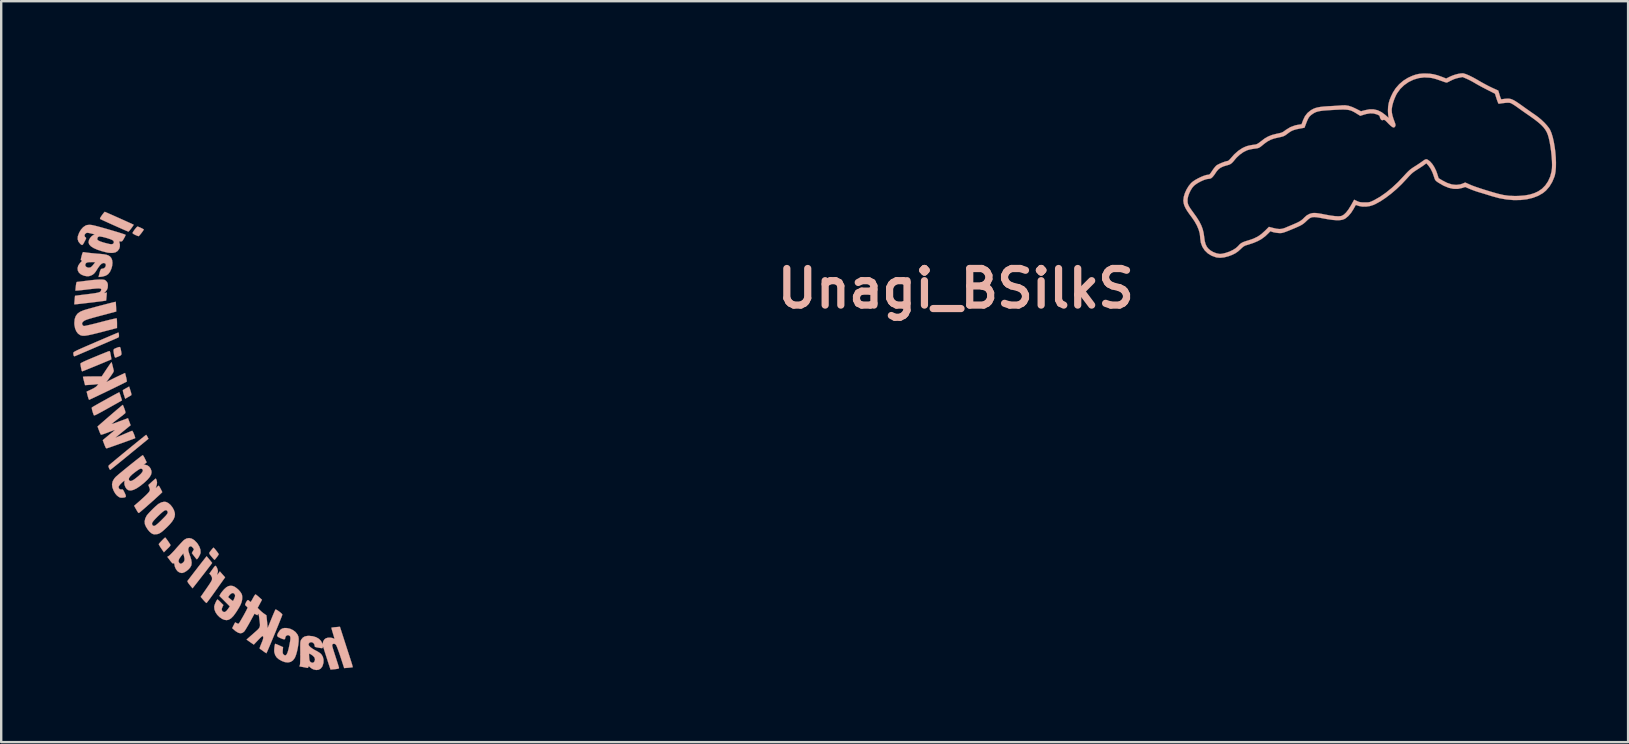
<source format=kicad_pcb>
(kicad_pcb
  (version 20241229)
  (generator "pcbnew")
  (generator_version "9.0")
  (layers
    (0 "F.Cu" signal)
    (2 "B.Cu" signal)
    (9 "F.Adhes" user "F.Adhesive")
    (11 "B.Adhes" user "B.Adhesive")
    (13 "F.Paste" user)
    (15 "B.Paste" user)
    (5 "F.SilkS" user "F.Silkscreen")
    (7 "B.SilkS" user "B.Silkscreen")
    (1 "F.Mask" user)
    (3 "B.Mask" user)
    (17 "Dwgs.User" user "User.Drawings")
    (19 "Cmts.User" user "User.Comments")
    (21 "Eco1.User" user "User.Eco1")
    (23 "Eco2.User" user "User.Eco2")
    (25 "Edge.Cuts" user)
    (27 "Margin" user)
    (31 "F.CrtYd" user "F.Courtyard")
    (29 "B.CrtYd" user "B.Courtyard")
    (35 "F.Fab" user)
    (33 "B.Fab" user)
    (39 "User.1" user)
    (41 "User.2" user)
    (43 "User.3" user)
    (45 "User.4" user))
  (footprint "Unagi_BSilkS"
    (layer "F.Cu")
    (at 36.771 8.971)
    (property "Reference" "Unagi_BSilkS" (at 0 0 0) (layer "B.SilkS") (effects (font (size 1.524 1.524) (thickness 0.3))))
    (attr through_hole)
    (fp_poly (pts (xy -34.386 4.257) (xy -34.359 4.346) (xy -34.347 4.403) (xy -34.348 4.435) (xy -34.358 4.448) (xy -34.39 4.467) (xy -34.446 4.5) (xy -34.495 4.528) (xy -34.604 4.592) (xy -34.661 4.421) (xy -34.685 4.342) (xy -34.699 4.278) (xy -34.702 4.239) (xy -34.7 4.234) (xy -34.673 4.215) (xy -34.621 4.184) (xy -34.561 4.15) (xy -34.441 4.083) (xy -34.386 4.257)) (stroke (width 0.01) (type solid)) (fill yes) (layer "B.SilkS"))
    (fp_poly (pts (xy -34.82 2.443) (xy -34.802 2.478) (xy -34.788 2.542) (xy -34.784 2.561) (xy -34.767 2.655) (xy -34.76 2.718) (xy -34.768 2.758) (xy -34.793 2.786) (xy -34.839 2.81) (xy -34.875 2.826) (xy -34.942 2.854) (xy -34.995 2.873) (xy -35.019 2.879) (xy -35.036 2.859) (xy -35.055 2.808) (xy -35.07 2.744) (xy -35.086 2.647) (xy -35.092 2.583) (xy -35.085 2.542) (xy -35.06 2.515) (xy -35.015 2.493) (xy -34.983 2.48) (xy -34.901 2.448) (xy -34.85 2.435) (xy -34.82 2.443)) (stroke (width 0.01) (type solid)) (fill yes) (layer "B.SilkS"))
    (fp_poly (pts (xy -32.92 10.39) (xy -32.884 10.436) (xy -32.834 10.505) (xy -32.777 10.589) (xy -32.738 10.648) (xy -32.723 10.674) (xy -32.72 10.696) (xy -32.732 10.723) (xy -32.765 10.762) (xy -32.822 10.82) (xy -32.848 10.845) (xy -32.992 10.988) (xy -33.103 10.828) (xy -33.151 10.755) (xy -33.187 10.695) (xy -33.205 10.657) (xy -33.207 10.648) (xy -33.189 10.623) (xy -33.151 10.579) (xy -33.1 10.525) (xy -33.045 10.468) (xy -32.994 10.418) (xy -32.956 10.384) (xy -32.939 10.372) (xy -32.92 10.39)) (stroke (width 0.01) (type solid)) (fill yes) (layer "B.SilkS"))
    (fp_poly (pts (xy -34.062 -2.574) (xy -34.01 -2.554) (xy -33.948 -2.526) (xy -33.89 -2.497) (xy -33.846 -2.473) (xy -33.829 -2.458) (xy -33.829 -2.457) (xy -33.852 -2.419) (xy -33.89 -2.364) (xy -33.936 -2.303) (xy -33.982 -2.246) (xy -34.02 -2.202) (xy -34.043 -2.182) (xy -34.045 -2.181) (xy -34.076 -2.189) (xy -34.131 -2.21) (xy -34.184 -2.233) (xy -34.249 -2.266) (xy -34.29 -2.297) (xy -34.298 -2.314) (xy -34.285 -2.346) (xy -34.252 -2.397) (xy -34.21 -2.457) (xy -34.164 -2.515) (xy -34.124 -2.56) (xy -34.097 -2.582) (xy -34.094 -2.582) (xy -34.062 -2.574)) (stroke (width 0.01) (type solid)) (fill yes) (layer "B.SilkS"))
    (fp_poly (pts (xy -30.906 10.811) (xy -30.869 10.851) (xy -30.823 10.906) (xy -30.776 10.966) (xy -30.737 11.021) (xy -30.712 11.06) (xy -30.708 11.073) (xy -30.724 11.102) (xy -30.756 11.149) (xy -30.797 11.204) (xy -30.837 11.255) (xy -30.869 11.292) (xy -30.883 11.303) (xy -30.903 11.288) (xy -30.94 11.249) (xy -30.98 11.202) (xy -31.043 11.126) (xy -31.083 11.074) (xy -31.1 11.038) (xy -31.098 11.006) (xy -31.077 10.971) (xy -31.039 10.922) (xy -31.03 10.911) (xy -30.984 10.854) (xy -30.947 10.812) (xy -30.928 10.795) (xy -30.927 10.795) (xy -30.906 10.811)) (stroke (width 0.01) (type solid)) (fill yes) (layer "B.SilkS"))
    (fp_poly (pts (xy -33.715 6.113) (xy -33.689 6.156) (xy -33.678 6.178) (xy -33.636 6.26) (xy -34.427 6.908) (xy -34.584 7.037) (xy -34.732 7.158) (xy -34.867 7.267) (xy -34.985 7.363) (xy -35.084 7.442) (xy -35.16 7.503) (xy -35.21 7.542) (xy -35.23 7.556) (xy -35.23 7.556) (xy -35.247 7.539) (xy -35.272 7.497) (xy -35.279 7.481) (xy -35.301 7.415) (xy -35.295 7.377) (xy -35.275 7.358) (xy -35.226 7.316) (xy -35.153 7.254) (xy -35.059 7.176) (xy -34.949 7.084) (xy -34.825 6.982) (xy -34.693 6.873) (xy -34.555 6.76) (xy -34.416 6.646) (xy -34.28 6.535) (xy -34.151 6.43) (xy -34.032 6.333) (xy -33.927 6.249) (xy -33.841 6.18) (xy -33.778 6.13) (xy -33.74 6.101) (xy -33.732 6.096) (xy -33.715 6.113)) (stroke (width 0.01) (type solid)) (fill yes) (layer "B.SilkS"))
    (fp_poly (pts (xy -34.841 4.344) (xy -34.822 4.397) (xy -34.798 4.47) (xy -34.791 4.494) (xy -34.738 4.658) (xy -34.784 4.687) (xy -34.814 4.704) (xy -34.876 4.739) (xy -34.964 4.789) (xy -35.074 4.85) (xy -35.2 4.921) (xy -35.338 4.998) (xy -35.365 5.013) (xy -35.52 5.099) (xy -35.642 5.166) (xy -35.735 5.216) (xy -35.803 5.251) (xy -35.851 5.273) (xy -35.882 5.283) (xy -35.901 5.283) (xy -35.912 5.276) (xy -35.918 5.264) (xy -35.955 5.158) (xy -35.982 5.067) (xy -35.996 4.998) (xy -35.995 4.959) (xy -35.993 4.955) (xy -35.968 4.939) (xy -35.913 4.906) (xy -35.833 4.86) (xy -35.733 4.803) (xy -35.619 4.739) (xy -35.496 4.671) (xy -35.371 4.601) (xy -35.247 4.533) (xy -35.131 4.469) (xy -35.028 4.413) (xy -34.944 4.368) (xy -34.884 4.337) (xy -34.853 4.323) (xy -34.85 4.322) (xy -34.841 4.344)) (stroke (width 0.01) (type solid)) (fill yes) (layer "B.SilkS"))
    (fp_poly (pts (xy -31.198 11.17) (xy -31.163 11.211) (xy -31.114 11.269) (xy -31.094 11.294) (xy -30.982 11.432) (xy -31.031 11.5) (xy -31.064 11.544) (xy -31.115 11.611) (xy -31.181 11.696) (xy -31.257 11.796) (xy -31.341 11.904) (xy -31.428 12.016) (xy -31.514 12.126) (xy -31.595 12.23) (xy -31.668 12.323) (xy -31.728 12.4) (xy -31.772 12.455) (xy -31.795 12.484) (xy -31.798 12.487) (xy -31.813 12.471) (xy -31.848 12.43) (xy -31.896 12.372) (xy -31.915 12.349) (xy -31.973 12.274) (xy -32.006 12.218) (xy -32.012 12.187) (xy -32.012 12.187) (xy -31.995 12.163) (xy -31.956 12.112) (xy -31.9 12.038) (xy -31.83 11.948) (xy -31.751 11.844) (xy -31.665 11.733) (xy -31.577 11.619) (xy -31.49 11.507) (xy -31.409 11.403) (xy -31.337 11.311) (xy -31.278 11.236) (xy -31.236 11.183) (xy -31.214 11.157) (xy -31.212 11.155) (xy -31.198 11.17)) (stroke (width 0.01) (type solid)) (fill yes) (layer "B.SilkS"))
    (fp_poly (pts (xy -35.435 -3.188) (xy -35.38 -3.165) (xy -35.299 -3.129) (xy -35.196 -3.084) (xy -35.078 -3.032) (xy -34.949 -2.974) (xy -34.817 -2.915) (xy -34.686 -2.857) (xy -34.563 -2.801) (xy -34.453 -2.751) (xy -34.361 -2.71) (xy -34.295 -2.679) (xy -34.258 -2.661) (xy -34.253 -2.659) (xy -34.261 -2.639) (xy -34.288 -2.596) (xy -34.328 -2.54) (xy -34.373 -2.48) (xy -34.417 -2.425) (xy -34.451 -2.386) (xy -34.47 -2.371) (xy -34.494 -2.38) (xy -34.552 -2.403) (xy -34.638 -2.44) (xy -34.747 -2.488) (xy -34.875 -2.545) (xy -35.016 -2.608) (xy -35.052 -2.624) (xy -35.197 -2.689) (xy -35.329 -2.749) (xy -35.445 -2.802) (xy -35.539 -2.845) (xy -35.606 -2.876) (xy -35.64 -2.893) (xy -35.643 -2.895) (xy -35.654 -2.911) (xy -35.647 -2.94) (xy -35.618 -2.989) (xy -35.573 -3.055) (xy -35.524 -3.12) (xy -35.485 -3.169) (xy -35.46 -3.195) (xy -35.457 -3.196) (xy -35.435 -3.188)) (stroke (width 0.01) (type solid)) (fill yes) (layer "B.SilkS"))
    (fp_poly (pts (xy -35.244 2.621) (xy -35.233 2.651) (xy -35.212 2.755) (xy -35.195 2.844) (xy -35.185 2.911) (xy -35.181 2.947) (xy -35.182 2.951) (xy -35.204 2.961) (xy -35.259 2.985) (xy -35.342 3.02) (xy -35.445 3.063) (xy -35.565 3.113) (xy -35.695 3.167) (xy -35.828 3.222) (xy -35.96 3.276) (xy -36.085 3.327) (xy -36.196 3.372) (xy -36.287 3.409) (xy -36.354 3.435) (xy -36.389 3.449) (xy -36.394 3.45) (xy -36.412 3.434) (xy -36.417 3.424) (xy -36.429 3.376) (xy -36.443 3.306) (xy -36.457 3.231) (xy -36.467 3.168) (xy -36.47 3.134) (xy -36.463 3.12) (xy -36.437 3.1) (xy -36.391 3.074) (xy -36.32 3.04) (xy -36.221 2.995) (xy -36.09 2.939) (xy -35.924 2.869) (xy -35.877 2.85) (xy -35.728 2.788) (xy -35.592 2.732) (xy -35.472 2.684) (xy -35.375 2.645) (xy -35.306 2.618) (xy -35.268 2.605) (xy -35.264 2.603) (xy -35.244 2.621)) (stroke (width 0.01) (type solid)) (fill yes) (layer "B.SilkS"))
    (fp_poly (pts (xy -34.878 1.851) (xy -34.869 1.898) (xy -34.866 1.928) (xy -34.865 1.989) (xy -34.875 2.023) (xy -34.905 2.045) (xy -34.919 2.052) (xy -34.952 2.066) (xy -35.019 2.096) (xy -35.114 2.137) (xy -35.233 2.188) (xy -35.371 2.248) (xy -35.522 2.313) (xy -35.682 2.382) (xy -35.845 2.452) (xy -36.008 2.522) (xy -36.164 2.589) (xy -36.31 2.651) (xy -36.439 2.707) (xy -36.547 2.753) (xy -36.63 2.788) (xy -36.681 2.81) (xy -36.696 2.816) (xy -36.733 2.822) (xy -36.751 2.795) (xy -36.754 2.787) (xy -36.764 2.728) (xy -36.766 2.688) (xy -36.764 2.675) (xy -36.757 2.661) (xy -36.739 2.646) (xy -36.71 2.626) (xy -36.665 2.602) (xy -36.601 2.57) (xy -36.515 2.53) (xy -36.403 2.481) (xy -36.263 2.419) (xy -36.091 2.345) (xy -35.884 2.255) (xy -35.837 2.235) (xy -35.65 2.155) (xy -35.475 2.08) (xy -35.316 2.012) (xy -35.176 1.952) (xy -35.06 1.903) (xy -34.971 1.866) (xy -34.913 1.842) (xy -34.89 1.833) (xy -34.889 1.833) (xy -34.878 1.851)) (stroke (width 0.01) (type solid)) (fill yes) (layer "B.SilkS"))
    (fp_poly (pts (xy -30.823 11.568) (xy -30.814 11.578) (xy -30.783 11.63) (xy -30.758 11.697) (xy -30.743 11.759) (xy -30.744 11.797) (xy -30.754 11.834) (xy -30.765 11.885) (xy -30.772 11.922) (xy -30.768 11.93) (xy -30.748 11.907) (xy -30.72 11.867) (xy -30.661 11.786) (xy -30.552 11.91) (xy -30.442 12.033) (xy -30.511 12.129) (xy -30.542 12.172) (xy -30.594 12.245) (xy -30.661 12.339) (xy -30.74 12.451) (xy -30.827 12.573) (xy -30.891 12.663) (xy -30.976 12.782) (xy -31.054 12.889) (xy -31.121 12.979) (xy -31.173 13.048) (xy -31.207 13.09) (xy -31.22 13.102) (xy -31.241 13.087) (xy -31.282 13.048) (xy -31.334 12.991) (xy -31.349 12.974) (xy -31.46 12.846) (xy -31.376 12.725) (xy -31.329 12.657) (xy -31.266 12.567) (xy -31.198 12.468) (xy -31.15 12.399) (xy -31.091 12.312) (xy -31.041 12.232) (xy -31.005 12.169) (xy -30.99 12.134) (xy -30.986 12.049) (xy -31.023 11.964) (xy -31.055 11.924) (xy -31.098 11.878) (xy -30.975 11.705) (xy -30.919 11.627) (xy -30.881 11.579) (xy -30.857 11.556) (xy -30.839 11.554) (xy -30.823 11.568)) (stroke (width 0.01) (type solid)) (fill yes) (layer "B.SilkS"))
    (fp_poly (pts (xy -33.318 7.935) (xy -33.299 7.98) (xy -33.292 8.003) (xy -33.279 8.078) (xy -33.286 8.157) (xy -33.315 8.254) (xy -33.327 8.287) (xy -33.332 8.307) (xy -33.315 8.3) (xy -33.277 8.267) (xy -33.236 8.231) (xy -33.208 8.214) (xy -33.204 8.214) (xy -33.183 8.247) (xy -33.152 8.3) (xy -33.118 8.364) (xy -33.088 8.424) (xy -33.067 8.468) (xy -33.062 8.484) (xy -33.078 8.502) (xy -33.12 8.543) (xy -33.185 8.604) (xy -33.268 8.68) (xy -33.363 8.767) (xy -33.467 8.861) (xy -33.575 8.957) (xy -33.682 9.051) (xy -33.782 9.14) (xy -33.873 9.218) (xy -33.948 9.282) (xy -34.003 9.327) (xy -34.033 9.35) (xy -34.036 9.352) (xy -34.059 9.341) (xy -34.084 9.309) (xy -34.112 9.263) (xy -34.15 9.198) (xy -34.174 9.156) (xy -34.233 9.052) (xy -34.171 8.999) (xy -34.018 8.866) (xy -33.885 8.746) (xy -33.773 8.643) (xy -33.687 8.557) (xy -33.628 8.494) (xy -33.602 8.458) (xy -33.58 8.413) (xy -33.574 8.377) (xy -33.584 8.333) (xy -33.601 8.286) (xy -33.639 8.186) (xy -33.494 8.052) (xy -33.429 7.994) (xy -33.375 7.948) (xy -33.341 7.921) (xy -33.333 7.917) (xy -33.318 7.935)) (stroke (width 0.01) (type solid)) (fill yes) (layer "B.SilkS"))
    (fp_poly (pts (xy -32.901 8.893) (xy -32.808 8.938) (xy -32.717 9.016) (xy -32.638 9.115) (xy -32.576 9.227) (xy -32.54 9.341) (xy -32.533 9.408) (xy -32.545 9.503) (xy -32.583 9.6) (xy -32.649 9.705) (xy -32.746 9.822) (xy -32.837 9.916) (xy -32.953 10.027) (xy -33.046 10.11) (xy -33.125 10.169) (xy -33.193 10.208) (xy -33.259 10.23) (xy -33.323 10.239) (xy -33.399 10.241) (xy -33.457 10.226) (xy -33.52 10.19) (xy -33.596 10.124) (xy -33.672 10.031) (xy -33.737 9.927) (xy -33.781 9.826) (xy -33.785 9.813) (xy -33.787 9.783) (xy -33.487 9.783) (xy -33.486 9.822) (xy -33.466 9.858) (xy -33.454 9.871) (xy -33.427 9.889) (xy -33.393 9.891) (xy -33.35 9.872) (xy -33.292 9.831) (xy -33.216 9.765) (xy -33.117 9.671) (xy -33.078 9.632) (xy -32.979 9.532) (xy -32.907 9.456) (xy -32.861 9.397) (xy -32.837 9.352) (xy -32.833 9.315) (xy -32.845 9.282) (xy -32.858 9.261) (xy -32.886 9.237) (xy -32.923 9.234) (xy -32.972 9.253) (xy -33.037 9.299) (xy -33.121 9.372) (xy -33.229 9.474) (xy -33.245 9.489) (xy -33.347 9.592) (xy -33.42 9.672) (xy -33.466 9.734) (xy -33.487 9.783) (xy -33.787 9.783) (xy -33.795 9.701) (xy -33.769 9.581) (xy -33.711 9.463) (xy -33.709 9.461) (xy -33.666 9.406) (xy -33.6 9.332) (xy -33.518 9.247) (xy -33.43 9.159) (xy -33.345 9.079) (xy -33.27 9.013) (xy -33.221 8.974) (xy -33.099 8.909) (xy -32.985 8.884) (xy -32.901 8.893)) (stroke (width 0.01) (type solid)) (fill yes) (layer "B.SilkS"))
    (fp_poly (pts (xy -27.875 14.145) (xy -27.737 14.174) (xy -27.611 14.233) (xy -27.505 14.315) (xy -27.426 14.415) (xy -27.388 14.504) (xy -27.377 14.587) (xy -27.379 14.7) (xy -27.392 14.831) (xy -27.415 14.973) (xy -27.445 15.113) (xy -27.481 15.243) (xy -27.521 15.351) (xy -27.543 15.395) (xy -27.618 15.494) (xy -27.712 15.555) (xy -27.823 15.579) (xy -27.949 15.565) (xy -28.078 15.518) (xy -28.205 15.446) (xy -28.297 15.366) (xy -28.357 15.271) (xy -28.392 15.156) (xy -28.394 15.142) (xy -28.397 15.088) (xy -28.394 15.015) (xy -28.386 14.936) (xy -28.376 14.865) (xy -28.363 14.816) (xy -28.356 14.802) (xy -28.335 14.807) (xy -28.285 14.826) (xy -28.215 14.856) (xy -28.189 14.868) (xy -28.028 14.941) (xy -28.04 15.07) (xy -28.044 15.148) (xy -28.039 15.197) (xy -28.021 15.232) (xy -28.014 15.24) (xy -27.964 15.28) (xy -27.92 15.282) (xy -27.88 15.246) (xy -27.843 15.17) (xy -27.808 15.053) (xy -27.794 14.997) (xy -27.761 14.841) (xy -27.738 14.721) (xy -27.725 14.631) (xy -27.721 14.566) (xy -27.725 14.519) (xy -27.738 14.487) (xy -27.74 14.484) (xy -27.785 14.446) (xy -27.838 14.441) (xy -27.889 14.464) (xy -27.927 14.51) (xy -27.94 14.568) (xy -27.949 14.603) (xy -27.981 14.615) (xy -28.038 14.604) (xy -28.126 14.569) (xy -28.137 14.564) (xy -28.218 14.525) (xy -28.263 14.489) (xy -28.274 14.448) (xy -28.256 14.391) (xy -28.216 14.317) (xy -28.148 14.224) (xy -28.068 14.167) (xy -27.968 14.144) (xy -27.875 14.145)) (stroke (width 0.01) (type solid)) (fill yes) (layer "B.SilkS"))
    (fp_poly (pts (xy -35.167 3.089) (xy -35.151 3.138) (xy -35.133 3.209) (xy -35.129 3.223) (xy -35.11 3.304) (xy -35.093 3.374) (xy -35.082 3.418) (xy -35.082 3.42) (xy -35.085 3.452) (xy -35.108 3.501) (xy -35.154 3.573) (xy -35.225 3.673) (xy -35.23 3.68) (xy -35.391 3.895) (xy -35.195 3.797) (xy -35.083 3.741) (xy -34.956 3.679) (xy -34.837 3.623) (xy -34.805 3.608) (xy -34.612 3.518) (xy -34.568 3.69) (xy -34.55 3.771) (xy -34.54 3.835) (xy -34.538 3.872) (xy -34.54 3.877) (xy -34.562 3.89) (xy -34.618 3.918) (xy -34.701 3.96) (xy -34.808 4.013) (xy -34.933 4.074) (xy -35.072 4.142) (xy -35.219 4.213) (xy -35.369 4.286) (xy -35.518 4.358) (xy -35.66 4.426) (xy -35.791 4.489) (xy -35.906 4.543) (xy -35.999 4.587) (xy -36.067 4.618) (xy -36.103 4.634) (xy -36.108 4.636) (xy -36.121 4.616) (xy -36.14 4.566) (xy -36.162 4.493) (xy -36.169 4.465) (xy -36.212 4.295) (xy -36.017 4.204) (xy -35.899 4.144) (xy -35.819 4.091) (xy -35.773 4.045) (xy -35.724 3.976) (xy -35.796 3.988) (xy -35.848 3.994) (xy -35.929 4.002) (xy -36.025 4.009) (xy -36.072 4.012) (xy -36.277 4.025) (xy -36.301 3.934) (xy -36.321 3.856) (xy -36.341 3.781) (xy -36.344 3.768) (xy -36.358 3.714) (xy -36.364 3.68) (xy -36.364 3.678) (xy -36.344 3.673) (xy -36.288 3.668) (xy -36.204 3.665) (xy -36.096 3.663) (xy -35.974 3.662) (xy -35.584 3.662) (xy -35.387 3.366) (xy -35.321 3.268) (xy -35.263 3.184) (xy -35.217 3.119) (xy -35.187 3.08) (xy -35.178 3.07) (xy -35.167 3.089)) (stroke (width 0.01) (type solid)) (fill yes) (layer "B.SilkS"))
    (fp_poly (pts (xy -34.996 0.576) (xy -34.992 0.632) (xy -34.988 0.711) (xy -34.985 0.76) (xy -34.978 0.958) (xy -35.557 1.112) (xy -35.752 1.164) (xy -35.91 1.207) (xy -36.036 1.243) (xy -36.135 1.272) (xy -36.209 1.297) (xy -36.265 1.319) (xy -36.306 1.34) (xy -36.336 1.36) (xy -36.36 1.382) (xy -36.365 1.387) (xy -36.398 1.431) (xy -36.402 1.472) (xy -36.394 1.498) (xy -36.36 1.548) (xy -36.322 1.561) (xy -36.289 1.558) (xy -36.22 1.544) (xy -36.122 1.522) (xy -35.999 1.493) (xy -35.856 1.458) (xy -35.7 1.418) (xy -35.625 1.398) (xy -35.467 1.357) (xy -35.321 1.32) (xy -35.194 1.289) (xy -35.09 1.265) (xy -35.014 1.248) (xy -34.971 1.24) (xy -34.964 1.24) (xy -34.956 1.265) (xy -34.95 1.322) (xy -34.947 1.401) (xy -34.946 1.448) (xy -34.946 1.644) (xy -35.417 1.767) (xy -35.638 1.825) (xy -35.822 1.871) (xy -35.974 1.908) (xy -36.097 1.935) (xy -36.196 1.954) (xy -36.275 1.965) (xy -36.339 1.968) (xy -36.39 1.965) (xy -36.434 1.956) (xy -36.475 1.942) (xy -36.482 1.939) (xy -36.57 1.878) (xy -36.641 1.784) (xy -36.692 1.662) (xy -36.72 1.519) (xy -36.724 1.433) (xy -36.71 1.277) (xy -36.666 1.149) (xy -36.59 1.046) (xy -36.479 0.966) (xy -36.331 0.904) (xy -36.327 0.903) (xy -36.258 0.882) (xy -36.162 0.854) (xy -36.045 0.822) (xy -35.912 0.786) (xy -35.771 0.747) (xy -35.626 0.709) (xy -35.483 0.672) (xy -35.349 0.637) (xy -35.228 0.606) (xy -35.128 0.581) (xy -35.052 0.563) (xy -35.009 0.554) (xy -35 0.553) (xy -34.996 0.576)) (stroke (width 0.01) (type solid)) (fill yes) (layer "B.SilkS"))
    (fp_poly (pts (xy -30.133 12.391) (xy -30.054 12.421) (xy -29.966 12.48) (xy -29.878 12.557) (xy -29.803 12.645) (xy -29.798 12.653) (xy -29.759 12.715) (xy -29.738 12.769) (xy -29.73 12.834) (xy -29.729 12.891) (xy -29.736 12.98) (xy -29.758 13.072) (xy -29.799 13.174) (xy -29.862 13.292) (xy -29.948 13.432) (xy -29.998 13.508) (xy -30.098 13.643) (xy -30.192 13.738) (xy -30.284 13.795) (xy -30.377 13.816) (xy -30.475 13.802) (xy -30.564 13.765) (xy -30.677 13.688) (xy -30.772 13.591) (xy -30.844 13.482) (xy -30.887 13.368) (xy -30.896 13.259) (xy -30.893 13.232) (xy -30.877 13.176) (xy -30.851 13.109) (xy -30.82 13.042) (xy -30.79 12.988) (xy -30.766 12.957) (xy -30.759 12.954) (xy -30.738 12.968) (xy -30.695 13.005) (xy -30.64 13.058) (xy -30.629 13.07) (xy -30.514 13.186) (xy -30.55 13.261) (xy -30.58 13.34) (xy -30.581 13.397) (xy -30.552 13.443) (xy -30.545 13.45) (xy -30.493 13.479) (xy -30.439 13.471) (xy -30.38 13.424) (xy -30.327 13.357) (xy -30.246 13.242) (xy -30.463 13.024) (xy -30.631 12.855) (xy -30.319 12.855) (xy -30.225 12.936) (xy -30.172 12.98) (xy -30.133 13.009) (xy -30.117 13.017) (xy -30.102 13) (xy -30.078 12.954) (xy -30.059 12.913) (xy -30.032 12.839) (xy -30.027 12.785) (xy -30.034 12.756) (xy -30.071 12.703) (xy -30.122 12.685) (xy -30.182 12.703) (xy -30.245 12.755) (xy -30.271 12.788) (xy -30.319 12.855) (xy -30.631 12.855) (xy -30.68 12.806) (xy -30.638 12.727) (xy -30.602 12.672) (xy -30.547 12.602) (xy -30.485 12.532) (xy -30.48 12.527) (xy -30.389 12.445) (xy -30.305 12.399) (xy -30.218 12.383) (xy -30.133 12.391)) (stroke (width 0.01) (type solid)) (fill yes) (layer "B.SilkS"))
    (fp_poly (pts (xy -35.515 -0.37) (xy -35.463 -0.359) (xy -35.426 -0.338) (xy -35.389 -0.302) (xy -35.388 -0.3) (xy -35.349 -0.247) (xy -35.331 -0.191) (xy -35.327 -0.125) (xy -35.335 -0.03) (xy -35.362 0.045) (xy -35.416 0.118) (xy -35.43 0.134) (xy -35.486 0.194) (xy -35.428 0.179) (xy -35.37 0.165) (xy -35.383 0.331) (xy -35.39 0.41) (xy -35.396 0.469) (xy -35.4 0.5) (xy -35.4 0.502) (xy -35.421 0.506) (xy -35.478 0.514) (xy -35.565 0.526) (xy -35.675 0.54) (xy -35.802 0.556) (xy -35.939 0.573) (xy -36.081 0.59) (xy -36.221 0.606) (xy -36.352 0.622) (xy -36.47 0.635) (xy -36.566 0.646) (xy -36.636 0.653) (xy -36.672 0.656) (xy -36.673 0.656) (xy -36.727 0.656) (xy -36.712 0.482) (xy -36.705 0.401) (xy -36.699 0.339) (xy -36.695 0.306) (xy -36.695 0.303) (xy -36.674 0.299) (xy -36.617 0.292) (xy -36.53 0.28) (xy -36.42 0.266) (xy -36.292 0.25) (xy -36.237 0.244) (xy -36.063 0.222) (xy -35.926 0.203) (xy -35.821 0.187) (xy -35.745 0.171) (xy -35.691 0.156) (xy -35.655 0.139) (xy -35.633 0.12) (xy -35.623 0.106) (xy -35.605 0.063) (xy -35.602 0.032) (xy -35.619 0.01) (xy -35.66 -0.002) (xy -35.729 -0.005) (xy -35.828 -0.000191) (xy -35.961 0.013) (xy -36.12 0.031) (xy -36.255 0.048) (xy -36.379 0.062) (xy -36.485 0.073) (xy -36.565 0.081) (xy -36.612 0.085) (xy -36.617 0.085) (xy -36.68 0.085) (xy -36.669 -0.026) (xy -36.657 -0.137) (xy -36.646 -0.212) (xy -36.634 -0.255) (xy -36.621 -0.274) (xy -36.614 -0.275) (xy -36.587 -0.278) (xy -36.524 -0.285) (xy -36.433 -0.296) (xy -36.32 -0.31) (xy -36.192 -0.326) (xy -36.165 -0.33) (xy -36.022 -0.347) (xy -35.884 -0.361) (xy -35.76 -0.371) (xy -35.66 -0.376) (xy -35.595 -0.376) (xy -35.515 -0.37)) (stroke (width 0.01) (type solid)) (fill yes) (layer "B.SilkS"))
    (fp_poly (pts (xy -31.834 10.419) (xy -31.728 10.482) (xy -31.625 10.585) (xy -31.592 10.626) (xy -31.513 10.757) (xy -31.47 10.883) (xy -31.464 10.998) (xy -31.472 11.039) (xy -31.493 11.093) (xy -31.525 11.156) (xy -31.561 11.216) (xy -31.595 11.261) (xy -31.619 11.281) (xy -31.621 11.281) (xy -31.639 11.265) (xy -31.675 11.223) (xy -31.721 11.163) (xy -31.731 11.151) (xy -31.828 11.022) (xy -31.784 10.942) (xy -31.74 10.861) (xy -31.784 10.802) (xy -31.838 10.749) (xy -31.891 10.737) (xy -31.939 10.766) (xy -31.952 10.784) (xy -31.973 10.828) (xy -31.978 10.883) (xy -31.966 10.955) (xy -31.937 11.052) (xy -31.899 11.155) (xy -31.853 11.299) (xy -31.836 11.419) (xy -31.847 11.52) (xy -31.857 11.55) (xy -31.901 11.626) (xy -31.97 11.703) (xy -32.054 11.771) (xy -32.142 11.823) (xy -32.223 11.85) (xy -32.247 11.852) (xy -32.296 11.843) (xy -32.355 11.823) (xy -32.357 11.822) (xy -32.427 11.773) (xy -32.488 11.694) (xy -32.532 11.6) (xy -32.549 11.526) (xy -32.558 11.469) (xy -32.57 11.446) (xy -32.591 11.448) (xy -32.596 11.451) (xy -32.618 11.454) (xy -32.646 11.437) (xy -32.685 11.395) (xy -32.74 11.325) (xy -32.381 11.325) (xy -32.379 11.385) (xy -32.35 11.434) (xy -32.31 11.465) (xy -32.27 11.466) (xy -32.217 11.435) (xy -32.196 11.418) (xy -32.154 11.371) (xy -32.134 11.315) (xy -32.135 11.241) (xy -32.157 11.139) (xy -32.159 11.131) (xy -32.184 11.033) (xy -32.285 11.159) (xy -32.35 11.251) (xy -32.381 11.325) (xy -32.74 11.325) (xy -32.74 11.324) (xy -32.849 11.179) (xy -32.781 11.137) (xy -32.745 11.107) (xy -32.687 11.051) (xy -32.615 10.976) (xy -32.533 10.887) (xy -32.47 10.814) (xy -32.384 10.718) (xy -32.302 10.628) (xy -32.23 10.551) (xy -32.175 10.495) (xy -32.148 10.472) (xy -32.047 10.413) (xy -31.942 10.396) (xy -31.834 10.419)) (stroke (width 0.01) (type solid)) (fill yes) (layer "B.SilkS"))
    (fp_poly (pts (xy -36.322 -1.515) (xy -36.265 -1.505) (xy -36.173 -1.493) (xy -36.054 -1.479) (xy -35.916 -1.466) (xy -35.767 -1.452) (xy -35.64 -1.442) (xy -35.494 -1.427) (xy -35.383 -1.406) (xy -35.3 -1.376) (xy -35.237 -1.334) (xy -35.189 -1.278) (xy -35.185 -1.272) (xy -35.149 -1.185) (xy -35.136 -1.073) (xy -35.148 -0.947) (xy -35.178 -0.833) (xy -35.238 -0.7) (xy -35.313 -0.603) (xy -35.41 -0.539) (xy -35.534 -0.501) (xy -35.596 -0.492) (xy -35.714 -0.48) (xy -35.7 -0.542) (xy -35.672 -0.656) (xy -35.649 -0.735) (xy -35.628 -0.785) (xy -35.607 -0.812) (xy -35.581 -0.824) (xy -35.559 -0.826) (xy -35.488 -0.844) (xy -35.435 -0.894) (xy -35.412 -0.965) (xy -35.412 -0.974) (xy -35.422 -1.028) (xy -35.459 -1.056) (xy -35.459 -1.056) (xy -35.522 -1.063) (xy -35.587 -1.034) (xy -35.656 -0.969) (xy -35.732 -0.866) (xy -35.77 -0.806) (xy -35.836 -0.702) (xy -35.896 -0.629) (xy -35.958 -0.578) (xy -36.031 -0.541) (xy -36.115 -0.515) (xy -36.2 -0.511) (xy -36.301 -0.53) (xy -36.338 -0.54) (xy -36.453 -0.592) (xy -36.534 -0.665) (xy -36.58 -0.754) (xy -36.589 -0.852) (xy -36.56 -0.956) (xy -36.529 -1.001) (xy -36.268 -1.001) (xy -36.265 -0.947) (xy -36.228 -0.902) (xy -36.167 -0.874) (xy -36.12 -0.868) (xy -36.048 -0.882) (xy -35.991 -0.926) (xy -35.941 -0.984) (xy -35.896 -1.042) (xy -35.895 -1.042) (xy -35.853 -1.101) (xy -36.02 -1.101) (xy -36.124 -1.097) (xy -36.194 -1.084) (xy -36.237 -1.058) (xy -36.263 -1.017) (xy -36.268 -1.001) (xy -36.529 -1.001) (xy -36.491 -1.058) (xy -36.47 -1.08) (xy -36.425 -1.127) (xy -36.407 -1.155) (xy -36.414 -1.169) (xy -36.426 -1.174) (xy -36.444 -1.183) (xy -36.453 -1.198) (xy -36.45 -1.231) (xy -36.438 -1.288) (xy -36.42 -1.357) (xy -36.397 -1.44) (xy -36.38 -1.489) (xy -36.363 -1.513) (xy -36.343 -1.518) (xy -36.322 -1.515)) (stroke (width 0.01) (type solid)) (fill yes) (layer "B.SilkS"))
    (fp_poly (pts (xy -33.855 6.96) (xy -33.826 7.007) (xy -33.79 7.074) (xy -33.782 7.092) (xy -33.709 7.241) (xy -33.772 7.292) (xy -33.835 7.343) (xy -33.775 7.344) (xy -33.687 7.365) (xy -33.609 7.419) (xy -33.549 7.499) (xy -33.513 7.594) (xy -33.507 7.656) (xy -33.524 7.746) (xy -33.578 7.845) (xy -33.668 7.954) (xy -33.797 8.077) (xy -33.799 8.078) (xy -33.97 8.218) (xy -34.122 8.321) (xy -34.255 8.386) (xy -34.367 8.415) (xy -34.461 8.406) (xy -34.535 8.36) (xy -34.54 8.355) (xy -34.598 8.272) (xy -34.634 8.176) (xy -34.642 8.085) (xy -34.639 8.068) (xy -34.632 8.02) (xy -34.637 8.006) (xy -34.66 8.019) (xy -34.664 8.022) (xy -34.741 8.087) (xy -34.808 8.153) (xy -34.857 8.214) (xy -34.881 8.26) (xy -34.883 8.268) (xy -34.865 8.33) (xy -34.82 8.367) (xy -34.757 8.372) (xy -34.728 8.368) (xy -34.704 8.378) (xy -34.68 8.409) (xy -34.649 8.468) (xy -34.629 8.508) (xy -34.59 8.595) (xy -34.576 8.651) (xy -34.588 8.685) (xy -34.63 8.704) (xy -34.704 8.714) (xy -34.707 8.714) (xy -34.791 8.714) (xy -34.856 8.692) (xy -34.872 8.682) (xy -34.954 8.618) (xy -35.022 8.537) (xy -35.085 8.426) (xy -35.139 8.284) (xy -35.153 8.154) (xy -35.126 8.031) (xy -35.083 7.958) (xy -34.455 7.958) (xy -34.434 7.997) (xy -34.393 8.019) (xy -34.339 8.013) (xy -34.266 7.976) (xy -34.196 7.928) (xy -34.058 7.818) (xy -33.957 7.725) (xy -33.894 7.648) (xy -33.868 7.587) (xy -33.878 7.54) (xy -33.909 7.514) (xy -33.937 7.504) (xy -33.968 7.505) (xy -34.008 7.522) (xy -34.066 7.558) (xy -34.147 7.615) (xy -34.188 7.645) (xy -34.313 7.744) (xy -34.399 7.829) (xy -34.447 7.9) (xy -34.455 7.958) (xy -35.083 7.958) (xy -35.058 7.915) (xy -35.004 7.853) (xy -34.967 7.819) (xy -34.904 7.764) (xy -34.82 7.693) (xy -34.72 7.611) (xy -34.609 7.52) (xy -34.492 7.424) (xy -34.372 7.328) (xy -34.256 7.235) (xy -34.146 7.148) (xy -34.049 7.072) (xy -33.969 7.01) (xy -33.91 6.966) (xy -33.877 6.944) (xy -33.873 6.943) (xy -33.855 6.96)) (stroke (width 0.01) (type solid)) (fill yes) (layer "B.SilkS"))
    (fp_poly (pts (xy -35.994 -2.646) (xy -35.933 -2.633) (xy -35.844 -2.612) (xy -35.732 -2.583) (xy -35.603 -2.548) (xy -35.462 -2.508) (xy -35.315 -2.466) (xy -35.167 -2.423) (xy -35.025 -2.381) (xy -34.893 -2.341) (xy -34.778 -2.305) (xy -34.686 -2.275) (xy -34.621 -2.252) (xy -34.589 -2.237) (xy -34.587 -2.235) (xy -34.596 -2.206) (xy -34.622 -2.152) (xy -34.658 -2.085) (xy -34.658 -2.085) (xy -34.698 -2.018) (xy -34.727 -1.98) (xy -34.755 -1.965) (xy -34.79 -1.963) (xy -34.798 -1.964) (xy -34.843 -1.964) (xy -34.856 -1.952) (xy -34.85 -1.932) (xy -34.827 -1.839) (xy -34.83 -1.738) (xy -34.857 -1.651) (xy -34.924 -1.562) (xy -35.01 -1.508) (xy -35.121 -1.485) (xy -35.166 -1.484) (xy -35.243 -1.487) (xy -35.307 -1.492) (xy -35.338 -1.496) (xy -35.575 -1.556) (xy -35.77 -1.62) (xy -35.923 -1.688) (xy -36.034 -1.761) (xy -36.104 -1.838) (xy -36.131 -1.92) (xy -36.131 -1.933) (xy -36.113 -2.02) (xy -36.075 -2.09) (xy -35.767 -2.09) (xy -35.766 -2.041) (xy -35.762 -2.033) (xy -35.722 -1.998) (xy -35.643 -1.962) (xy -35.523 -1.922) (xy -35.429 -1.896) (xy -35.317 -1.868) (xy -35.238 -1.851) (xy -35.184 -1.845) (xy -35.146 -1.849) (xy -35.116 -1.863) (xy -35.106 -1.87) (xy -35.078 -1.908) (xy -35.081 -1.953) (xy -35.099 -1.99) (xy -35.141 -2.021) (xy -35.211 -2.051) (xy -35.321 -2.089) (xy -35.433 -2.122) (xy -35.537 -2.148) (xy -35.625 -2.164) (xy -35.686 -2.169) (xy -35.701 -2.167) (xy -35.743 -2.139) (xy -35.767 -2.09) (xy -36.075 -2.09) (xy -36.065 -2.109) (xy -35.998 -2.184) (xy -35.956 -2.213) (xy -35.876 -2.258) (xy -36.035 -2.296) (xy -36.118 -2.314) (xy -36.17 -2.322) (xy -36.206 -2.32) (xy -36.235 -2.307) (xy -36.248 -2.299) (xy -36.289 -2.252) (xy -36.3 -2.198) (xy -36.278 -2.149) (xy -36.26 -2.134) (xy -36.239 -2.118) (xy -36.233 -2.098) (xy -36.244 -2.065) (xy -36.272 -2.006) (xy -36.28 -1.991) (xy -36.327 -1.901) (xy -36.361 -1.844) (xy -36.388 -1.817) (xy -36.414 -1.816) (xy -36.447 -1.836) (xy -36.477 -1.862) (xy -36.551 -1.952) (xy -36.585 -2.055) (xy -36.579 -2.17) (xy -36.575 -2.185) (xy -36.522 -2.327) (xy -36.448 -2.452) (xy -36.359 -2.552) (xy -36.26 -2.621) (xy -36.201 -2.644) (xy -36.09 -2.655) (xy -35.994 -2.646)) (stroke (width 0.01) (type solid)) (fill yes) (layer "B.SilkS"))
    (fp_poly (pts (xy -34.695 4.866) (xy -34.674 4.914) (xy -34.647 4.984) (xy -34.639 5.006) (xy -34.609 5.092) (xy -34.596 5.148) (xy -34.598 5.181) (xy -34.605 5.194) (xy -34.63 5.216) (xy -34.682 5.259) (xy -34.756 5.317) (xy -34.844 5.385) (xy -34.904 5.43) (xy -34.996 5.5) (xy -35.074 5.561) (xy -35.132 5.608) (xy -35.165 5.638) (xy -35.171 5.645) (xy -35.15 5.642) (xy -35.098 5.626) (xy -35.025 5.601) (xy -34.991 5.589) (xy -34.884 5.548) (xy -34.764 5.504) (xy -34.657 5.464) (xy -34.654 5.463) (xy -34.489 5.402) (xy -34.434 5.549) (xy -34.379 5.696) (xy -34.694 5.952) (xy -34.792 6.031) (xy -34.878 6.101) (xy -34.946 6.158) (xy -34.991 6.197) (xy -35.01 6.213) (xy -35.01 6.213) (xy -34.991 6.207) (xy -34.94 6.187) (xy -34.863 6.155) (xy -34.765 6.114) (xy -34.67 6.073) (xy -34.558 6.025) (xy -34.46 5.984) (xy -34.381 5.952) (xy -34.33 5.932) (xy -34.312 5.927) (xy -34.296 5.945) (xy -34.272 5.991) (xy -34.244 6.055) (xy -34.218 6.122) (xy -34.198 6.183) (xy -34.188 6.225) (xy -34.189 6.235) (xy -34.211 6.244) (xy -34.266 6.265) (xy -34.349 6.296) (xy -34.454 6.334) (xy -34.575 6.378) (xy -34.705 6.425) (xy -34.838 6.472) (xy -34.97 6.519) (xy -35.092 6.562) (xy -35.2 6.6) (xy -35.287 6.63) (xy -35.348 6.65) (xy -35.362 6.655) (xy -35.386 6.658) (xy -35.405 6.646) (xy -35.426 6.611) (xy -35.453 6.548) (xy -35.473 6.497) (xy -35.503 6.419) (xy -35.525 6.358) (xy -35.538 6.323) (xy -35.539 6.319) (xy -35.523 6.304) (xy -35.481 6.267) (xy -35.416 6.213) (xy -35.335 6.146) (xy -35.285 6.105) (xy -35.198 6.033) (xy -35.123 5.972) (xy -35.068 5.924) (xy -35.036 5.897) (xy -35.031 5.891) (xy -35.049 5.895) (xy -35.097 5.911) (xy -35.164 5.936) (xy -35.174 5.939) (xy -35.316 5.993) (xy -35.424 6.034) (xy -35.503 6.062) (xy -35.557 6.079) (xy -35.592 6.087) (xy -35.611 6.088) (xy -35.622 6.083) (xy -35.622 6.083) (xy -35.637 6.055) (xy -35.662 5.999) (xy -35.691 5.925) (xy -35.698 5.907) (xy -35.757 5.749) (xy -35.664 5.666) (xy -35.589 5.6) (xy -35.498 5.521) (xy -35.395 5.432) (xy -35.286 5.337) (xy -35.173 5.24) (xy -35.064 5.146) (xy -34.961 5.058) (xy -34.869 4.981) (xy -34.794 4.917) (xy -34.739 4.872) (xy -34.71 4.849) (xy -34.707 4.847) (xy -34.695 4.866)) (stroke (width 0.01) (type solid)) (fill yes) (layer "B.SilkS"))
    (fp_poly (pts (xy -29.153 12.756) (xy -29.107 12.791) (xy -29.047 12.841) (xy -29.032 12.855) (xy -28.906 12.967) (xy -28.997 13.137) (xy -29.087 13.306) (xy -29.001 13.393) (xy -28.931 13.458) (xy -28.853 13.522) (xy -28.819 13.546) (xy -28.766 13.583) (xy -28.73 13.609) (xy -28.721 13.616) (xy -28.718 13.638) (xy -28.713 13.693) (xy -28.705 13.775) (xy -28.695 13.874) (xy -28.694 13.884) (xy -28.67 14.148) (xy -28.515 13.768) (xy -28.466 13.649) (xy -28.422 13.544) (xy -28.385 13.459) (xy -28.359 13.4) (xy -28.346 13.373) (xy -28.345 13.373) (xy -28.321 13.375) (xy -28.275 13.399) (xy -28.218 13.437) (xy -28.157 13.482) (xy -28.104 13.527) (xy -28.068 13.565) (xy -28.058 13.585) (xy -28.066 13.612) (xy -28.088 13.672) (xy -28.123 13.76) (xy -28.167 13.871) (xy -28.219 14) (xy -28.277 14.142) (xy -28.338 14.293) (xy -28.402 14.447) (xy -28.465 14.598) (xy -28.525 14.743) (xy -28.581 14.877) (xy -28.631 14.993) (xy -28.672 15.088) (xy -28.702 15.155) (xy -28.72 15.191) (xy -28.723 15.196) (xy -28.744 15.183) (xy -28.79 15.153) (xy -28.85 15.11) (xy -28.85 15.11) (xy -28.913 15.064) (xy -28.965 15.028) (xy -28.993 15.01) (xy -29.002 14.992) (xy -28.995 14.952) (xy -28.971 14.886) (xy -28.935 14.799) (xy -28.889 14.686) (xy -28.862 14.604) (xy -28.852 14.545) (xy -28.859 14.501) (xy -28.868 14.482) (xy -28.886 14.48) (xy -28.921 14.503) (xy -28.978 14.555) (xy -29.059 14.637) (xy -29.066 14.645) (xy -29.247 14.835) (xy -29.329 14.78) (xy -29.398 14.733) (xy -29.466 14.685) (xy -29.48 14.675) (xy -29.548 14.624) (xy -29.268 14.378) (xy -29.166 14.288) (xy -29.09 14.22) (xy -29.038 14.164) (xy -29.006 14.112) (xy -28.991 14.056) (xy -28.99 13.987) (xy -28.999 13.896) (xy -29.014 13.775) (xy -29.019 13.739) (xy -29.032 13.641) (xy -29.043 13.58) (xy -29.053 13.553) (xy -29.064 13.554) (xy -29.068 13.56) (xy -29.088 13.595) (xy -29.096 13.608) (xy -29.116 13.603) (xy -29.156 13.581) (xy -29.158 13.58) (xy -29.198 13.556) (xy -29.219 13.55) (xy -29.219 13.55) (xy -29.23 13.57) (xy -29.259 13.621) (xy -29.301 13.698) (xy -29.353 13.793) (xy -29.409 13.896) (xy -29.472 14.009) (xy -29.532 14.112) (xy -29.585 14.199) (xy -29.626 14.262) (xy -29.649 14.292) (xy -29.723 14.347) (xy -29.805 14.364) (xy -29.896 14.34) (xy -29.999 14.278) (xy -30.054 14.232) (xy -30.147 14.149) (xy -30.089 14.033) (xy -30.057 13.971) (xy -30.034 13.926) (xy -30.024 13.91) (xy -30.004 13.915) (xy -29.965 13.938) (xy -29.963 13.939) (xy -29.916 13.961) (xy -29.88 13.964) (xy -29.862 13.943) (xy -29.829 13.892) (xy -29.785 13.818) (xy -29.733 13.729) (xy -29.678 13.633) (xy -29.625 13.536) (xy -29.577 13.446) (xy -29.538 13.371) (xy -29.514 13.318) (xy -29.506 13.296) (xy -29.521 13.269) (xy -29.558 13.234) (xy -29.559 13.233) (xy -29.595 13.202) (xy -29.608 13.175) (xy -29.6 13.138) (xy -29.572 13.078) (xy -29.565 13.065) (xy -29.527 13.003) (xy -29.495 12.979) (xy -29.461 12.99) (xy -29.432 13.018) (xy -29.399 13.049) (xy -29.38 13.06) (xy -29.364 13.042) (xy -29.335 12.996) (xy -29.297 12.929) (xy -29.283 12.901) (xy -29.242 12.829) (xy -29.207 12.774) (xy -29.183 12.745) (xy -29.178 12.743) (xy -29.153 12.756)) (stroke (width 0.01) (type solid)) (fill yes) (layer "B.SilkS"))
    (fp_poly (pts (xy -25.475 14.661) (xy -25.422 14.826) (xy -25.368 14.993) (xy -25.316 15.154) (xy -25.268 15.3) (xy -25.229 15.421) (xy -25.204 15.498) (xy -25.172 15.598) (xy -25.147 15.682) (xy -25.131 15.744) (xy -25.125 15.774) (xy -25.126 15.776) (xy -25.15 15.782) (xy -25.206 15.789) (xy -25.282 15.797) (xy -25.309 15.8) (xy -25.482 15.814) (xy -25.633 15.349) (xy -25.678 15.214) (xy -25.722 15.09) (xy -25.761 14.984) (xy -25.794 14.903) (xy -25.818 14.852) (xy -25.826 14.84) (xy -25.88 14.803) (xy -25.933 14.8) (xy -25.968 14.823) (xy -25.977 14.837) (xy -25.981 14.855) (xy -25.979 14.883) (xy -25.97 14.926) (xy -25.953 14.989) (xy -25.927 15.075) (xy -25.89 15.191) (xy -25.842 15.34) (xy -25.822 15.402) (xy -25.783 15.523) (xy -25.748 15.631) (xy -25.721 15.719) (xy -25.703 15.78) (xy -25.696 15.809) (xy -25.696 15.809) (xy -25.704 15.825) (xy -25.733 15.838) (xy -25.789 15.849) (xy -25.878 15.86) (xy -25.921 15.864) (xy -26.05 15.876) (xy -26.163 15.532) (xy -26.204 15.403) (xy -26.245 15.276) (xy -26.282 15.16) (xy -26.312 15.066) (xy -26.323 15.028) (xy -26.347 14.955) (xy -26.364 14.918) (xy -26.372 14.92) (xy -26.373 14.928) (xy -26.374 14.958) (xy -26.382 14.976) (xy -26.405 14.983) (xy -26.45 14.979) (xy -26.527 14.967) (xy -26.564 14.961) (xy -26.641 14.946) (xy -26.685 14.933) (xy -26.706 14.917) (xy -26.712 14.891) (xy -26.712 14.876) (xy -26.731 14.807) (xy -26.781 14.755) (xy -26.85 14.732) (xy -26.86 14.732) (xy -26.92 14.75) (xy -26.959 14.796) (xy -26.966 14.835) (xy -26.948 14.879) (xy -26.897 14.934) (xy -26.82 14.993) (xy -26.725 15.052) (xy -26.676 15.077) (xy -26.587 15.124) (xy -26.508 15.175) (xy -26.449 15.22) (xy -26.437 15.233) (xy -26.372 15.337) (xy -26.341 15.46) (xy -26.344 15.591) (xy -26.383 15.723) (xy -26.397 15.752) (xy -26.46 15.834) (xy -26.545 15.881) (xy -26.646 15.894) (xy -26.757 15.87) (xy -26.776 15.862) (xy -26.843 15.825) (xy -26.904 15.779) (xy -26.905 15.777) (xy -26.942 15.744) (xy -26.96 15.738) (xy -26.97 15.759) (xy -26.973 15.77) (xy -26.994 15.804) (xy -27.023 15.805) (xy -27.063 15.796) (xy -27.13 15.782) (xy -27.202 15.769) (xy -27.343 15.744) (xy -27.324 15.675) (xy -27.318 15.633) (xy -27.314 15.557) (xy -27.311 15.453) (xy -27.309 15.329) (xy -27.31 15.256) (xy -26.946 15.256) (xy -26.942 15.33) (xy -26.941 15.357) (xy -26.933 15.445) (xy -26.922 15.501) (xy -26.905 15.537) (xy -26.881 15.562) (xy -26.819 15.593) (xy -26.763 15.584) (xy -26.719 15.536) (xy -26.716 15.53) (xy -26.697 15.448) (xy -26.719 15.371) (xy -26.782 15.302) (xy -26.804 15.286) (xy -26.877 15.236) (xy -26.92 15.213) (xy -26.941 15.218) (xy -26.946 15.256) (xy -27.31 15.256) (xy -27.31 15.192) (xy -27.31 15.153) (xy -27.312 15.003) (xy -27.312 14.889) (xy -27.311 14.805) (xy -27.308 14.745) (xy -27.302 14.702) (xy -27.293 14.67) (xy -27.28 14.643) (xy -27.266 14.62) (xy -27.204 14.544) (xy -27.126 14.497) (xy -27.023 14.474) (xy -26.944 14.471) (xy -26.788 14.486) (xy -26.65 14.528) (xy -26.535 14.594) (xy -26.45 14.679) (xy -26.405 14.764) (xy -26.387 14.813) (xy -26.378 14.825) (xy -26.375 14.803) (xy -26.375 14.789) (xy -26.355 14.699) (xy -26.307 14.621) (xy -26.247 14.574) (xy -26.164 14.548) (xy -26.067 14.544) (xy -25.976 14.559) (xy -25.945 14.572) (xy -25.905 14.589) (xy -25.887 14.589) (xy -25.886 14.588) (xy -25.892 14.563) (xy -25.908 14.506) (xy -25.932 14.428) (xy -25.953 14.356) (xy -25.98 14.267) (xy -26 14.194) (xy -26.011 14.146) (xy -26.012 14.131) (xy -25.988 14.125) (xy -25.933 14.117) (xy -25.856 14.109) (xy -25.831 14.107) (xy -25.659 14.092) (xy -25.475 14.661)) (stroke (width 0.01) (type solid)) (fill yes) (layer "B.SilkS"))
    (fp_poly (pts (xy 21.154 -8.963) (xy 21.257 -8.931) (xy 21.39 -8.875) (xy 21.55 -8.795) (xy 21.734 -8.693) (xy 21.809 -8.648) (xy 21.935 -8.576) (xy 22.073 -8.501) (xy 22.208 -8.43) (xy 22.326 -8.373) (xy 22.355 -8.359) (xy 22.602 -8.248) (xy 22.658 -8.059) (xy 22.687 -7.969) (xy 22.709 -7.913) (xy 22.728 -7.886) (xy 22.746 -7.883) (xy 22.748 -7.883) (xy 22.785 -7.892) (xy 22.85 -7.901) (xy 22.93 -7.909) (xy 22.934 -7.909) (xy 23.007 -7.913) (xy 23.074 -7.908) (xy 23.14 -7.892) (xy 23.212 -7.863) (xy 23.296 -7.818) (xy 23.397 -7.753) (xy 23.522 -7.667) (xy 23.623 -7.595) (xy 23.741 -7.51) (xy 23.865 -7.423) (xy 23.983 -7.34) (xy 24.085 -7.27) (xy 24.131 -7.239) (xy 24.265 -7.141) (xy 24.399 -7.029) (xy 24.524 -6.91) (xy 24.632 -6.792) (xy 24.717 -6.682) (xy 24.759 -6.615) (xy 24.818 -6.477) (xy 24.87 -6.308) (xy 24.914 -6.115) (xy 24.951 -5.904) (xy 24.979 -5.685) (xy 24.997 -5.464) (xy 25.005 -5.249) (xy 25.002 -5.048) (xy 24.987 -4.869) (xy 24.959 -4.719) (xy 24.944 -4.667) (xy 24.85 -4.442) (xy 24.731 -4.246) (xy 24.589 -4.082) (xy 24.463 -3.978) (xy 24.266 -3.864) (xy 24.041 -3.778) (xy 23.792 -3.719) (xy 23.523 -3.688) (xy 23.238 -3.685) (xy 22.943 -3.711) (xy 22.64 -3.765) (xy 22.335 -3.848) (xy 22.326 -3.851) (xy 22.198 -3.891) (xy 22.056 -3.935) (xy 21.921 -3.976) (xy 21.835 -4.001) (xy 21.715 -4.038) (xy 21.585 -4.083) (xy 21.466 -4.128) (xy 21.414 -4.149) (xy 21.223 -4.231) (xy 21.1 -4.19) (xy 20.92 -4.152) (xy 20.731 -4.154) (xy 20.533 -4.198) (xy 20.325 -4.284) (xy 20.108 -4.41) (xy 20.086 -4.425) (xy 20.02 -4.472) (xy 19.98 -4.514) (xy 19.953 -4.565) (xy 19.929 -4.639) (xy 19.862 -4.83) (xy 19.784 -4.99) (xy 19.697 -5.115) (xy 19.69 -5.122) (xy 19.605 -5.218) (xy 19.513 -5.149) (xy 19.456 -5.108) (xy 19.375 -5.054) (xy 19.282 -4.994) (xy 19.213 -4.95) (xy 19.121 -4.89) (xy 19.043 -4.833) (xy 18.971 -4.769) (xy 18.893 -4.69) (xy 18.799 -4.587) (xy 18.789 -4.576) (xy 18.581 -4.354) (xy 18.362 -4.144) (xy 18.137 -3.952) (xy 17.912 -3.781) (xy 17.694 -3.636) (xy 17.487 -3.522) (xy 17.396 -3.481) (xy 17.25 -3.435) (xy 17.091 -3.412) (xy 16.935 -3.413) (xy 16.796 -3.439) (xy 16.784 -3.443) (xy 16.666 -3.483) (xy 16.572 -3.315) (xy 16.469 -3.154) (xy 16.357 -3.023) (xy 16.241 -2.926) (xy 16.192 -2.897) (xy 16.106 -2.865) (xy 15.997 -2.848) (xy 15.861 -2.846) (xy 15.696 -2.859) (xy 15.497 -2.888) (xy 15.319 -2.92) (xy 15.16 -2.95) (xy 15.035 -2.969) (xy 14.937 -2.977) (xy 14.859 -2.972) (xy 14.794 -2.954) (xy 14.735 -2.921) (xy 14.675 -2.874) (xy 14.626 -2.828) (xy 14.553 -2.759) (xy 14.487 -2.704) (xy 14.419 -2.658) (xy 14.341 -2.615) (xy 14.243 -2.569) (xy 14.117 -2.514) (xy 14.089 -2.503) (xy 13.938 -2.44) (xy 13.819 -2.392) (xy 13.727 -2.357) (xy 13.655 -2.333) (xy 13.597 -2.318) (xy 13.548 -2.311) (xy 13.5 -2.31) (xy 13.448 -2.313) (xy 13.43 -2.314) (xy 13.339 -2.325) (xy 13.252 -2.341) (xy 13.195 -2.357) (xy 13.107 -2.388) (xy 13.025 -2.304) (xy 12.89 -2.176) (xy 12.747 -2.07) (xy 12.589 -1.98) (xy 12.407 -1.902) (xy 12.193 -1.831) (xy 12.124 -1.811) (xy 12.053 -1.787) (xy 11.993 -1.753) (xy 11.929 -1.702) (xy 11.87 -1.645) (xy 11.759 -1.546) (xy 11.645 -1.467) (xy 11.515 -1.403) (xy 11.367 -1.347) (xy 11.18 -1.298) (xy 11.01 -1.281) (xy 10.862 -1.295) (xy 10.848 -1.299) (xy 10.66 -1.366) (xy 10.5 -1.464) (xy 10.37 -1.59) (xy 10.272 -1.74) (xy 10.209 -1.911) (xy 10.182 -2.102) (xy 10.181 -2.141) (xy 10.165 -2.287) (xy 10.119 -2.451) (xy 10.046 -2.624) (xy 9.949 -2.798) (xy 9.839 -2.959) (xy 9.724 -3.113) (xy 9.635 -3.242) (xy 9.57 -3.353) (xy 9.525 -3.45) (xy 9.497 -3.54) (xy 9.485 -3.63) (xy 9.484 -3.649) (xy 9.655 -3.649) (xy 9.661 -3.574) (xy 9.682 -3.5) (xy 9.72 -3.42) (xy 9.779 -3.327) (xy 9.861 -3.212) (xy 9.897 -3.163) (xy 10.034 -2.972) (xy 10.142 -2.8) (xy 10.224 -2.639) (xy 10.284 -2.482) (xy 10.324 -2.322) (xy 10.349 -2.149) (xy 10.351 -2.135) (xy 10.372 -1.981) (xy 10.404 -1.858) (xy 10.45 -1.758) (xy 10.508 -1.677) (xy 10.6 -1.594) (xy 10.72 -1.522) (xy 10.852 -1.47) (xy 10.983 -1.443) (xy 11.018 -1.441) (xy 11.069 -1.446) (xy 11.146 -1.46) (xy 11.231 -1.481) (xy 11.24 -1.483) (xy 11.399 -1.537) (xy 11.545 -1.606) (xy 11.668 -1.683) (xy 11.759 -1.765) (xy 11.765 -1.772) (xy 11.82 -1.833) (xy 11.875 -1.88) (xy 11.94 -1.919) (xy 12.023 -1.954) (xy 12.134 -1.99) (xy 12.203 -2.01) (xy 12.402 -2.078) (xy 12.573 -2.161) (xy 12.728 -2.267) (xy 12.88 -2.404) (xy 12.885 -2.408) (xy 13.046 -2.569) (xy 13.227 -2.522) (xy 13.368 -2.491) (xy 13.482 -2.479) (xy 13.583 -2.487) (xy 13.681 -2.514) (xy 13.727 -2.532) (xy 13.804 -2.565) (xy 13.905 -2.607) (xy 14.01 -2.651) (xy 14.052 -2.669) (xy 14.189 -2.728) (xy 14.295 -2.78) (xy 14.378 -2.831) (xy 14.449 -2.885) (xy 14.514 -2.95) (xy 14.522 -2.958) (xy 14.617 -3.044) (xy 14.724 -3.103) (xy 14.744 -3.111) (xy 14.807 -3.131) (xy 14.868 -3.144) (xy 14.937 -3.148) (xy 15.019 -3.144) (xy 15.122 -3.13) (xy 15.253 -3.108) (xy 15.399 -3.079) (xy 15.615 -3.04) (xy 15.795 -3.017) (xy 15.938 -3.009) (xy 16.042 -3.018) (xy 16.073 -3.026) (xy 16.163 -3.075) (xy 16.259 -3.165) (xy 16.359 -3.293) (xy 16.462 -3.459) (xy 16.469 -3.471) (xy 16.597 -3.701) (xy 16.717 -3.644) (xy 16.783 -3.616) (xy 16.843 -3.599) (xy 16.912 -3.591) (xy 17.005 -3.588) (xy 17.039 -3.588) (xy 17.13 -3.588) (xy 17.197 -3.593) (xy 17.254 -3.605) (xy 17.314 -3.627) (xy 17.391 -3.663) (xy 17.441 -3.688) (xy 17.679 -3.824) (xy 17.925 -3.996) (xy 18.175 -4.2) (xy 18.426 -4.434) (xy 18.661 -4.682) (xy 18.761 -4.792) (xy 18.843 -4.876) (xy 18.915 -4.942) (xy 18.986 -4.997) (xy 19.063 -5.05) (xy 19.098 -5.072) (xy 19.192 -5.131) (xy 19.286 -5.193) (xy 19.365 -5.247) (xy 19.399 -5.271) (xy 19.482 -5.331) (xy 19.541 -5.368) (xy 19.585 -5.385) (xy 19.62 -5.384) (xy 19.658 -5.369) (xy 19.66 -5.368) (xy 19.755 -5.299) (xy 19.848 -5.196) (xy 19.934 -5.065) (xy 20.009 -4.913) (xy 20.055 -4.788) (xy 20.116 -4.597) (xy 20.276 -4.501) (xy 20.476 -4.399) (xy 20.666 -4.337) (xy 20.845 -4.317) (xy 21.013 -4.337) (xy 21.106 -4.368) (xy 21.224 -4.417) (xy 21.423 -4.328) (xy 21.517 -4.289) (xy 21.645 -4.242) (xy 21.801 -4.189) (xy 21.978 -4.131) (xy 22.169 -4.072) (xy 22.368 -4.012) (xy 22.568 -3.955) (xy 22.598 -3.947) (xy 22.82 -3.896) (xy 23.044 -3.865) (xy 23.285 -3.855) (xy 23.457 -3.858) (xy 23.699 -3.877) (xy 23.91 -3.914) (xy 24.101 -3.973) (xy 24.266 -4.049) (xy 24.424 -4.157) (xy 24.562 -4.298) (xy 24.676 -4.467) (xy 24.763 -4.659) (xy 24.819 -4.869) (xy 24.838 -5.006) (xy 24.843 -5.148) (xy 24.838 -5.321) (xy 24.824 -5.514) (xy 24.803 -5.716) (xy 24.775 -5.917) (xy 24.742 -6.106) (xy 24.705 -6.273) (xy 24.669 -6.397) (xy 24.625 -6.507) (xy 24.566 -6.611) (xy 24.489 -6.714) (xy 24.39 -6.818) (xy 24.264 -6.928) (xy 24.109 -7.049) (xy 23.92 -7.184) (xy 23.907 -7.193) (xy 23.786 -7.276) (xy 23.66 -7.364) (xy 23.54 -7.449) (xy 23.437 -7.523) (xy 23.389 -7.558) (xy 23.301 -7.619) (xy 23.217 -7.673) (xy 23.147 -7.712) (xy 23.107 -7.73) (xy 23.055 -7.74) (xy 22.986 -7.742) (xy 22.893 -7.735) (xy 22.77 -7.72) (xy 22.618 -7.697) (xy 22.604 -7.715) (xy 22.582 -7.765) (xy 22.554 -7.839) (xy 22.531 -7.906) (xy 22.464 -8.117) (xy 22.128 -8.288) (xy 22.002 -8.353) (xy 21.875 -8.42) (xy 21.758 -8.485) (xy 21.66 -8.54) (xy 21.616 -8.567) (xy 21.515 -8.625) (xy 21.403 -8.684) (xy 21.3 -8.733) (xy 21.277 -8.743) (xy 21.114 -8.812) (xy 20.952 -8.779) (xy 20.861 -8.757) (xy 20.776 -8.73) (xy 20.685 -8.691) (xy 20.575 -8.637) (xy 20.517 -8.607) (xy 20.478 -8.588) (xy 20.444 -8.582) (xy 20.4 -8.591) (xy 20.333 -8.614) (xy 20.327 -8.616) (xy 20.18 -8.668) (xy 20.065 -8.708) (xy 19.972 -8.737) (xy 19.894 -8.758) (xy 19.821 -8.773) (xy 19.747 -8.784) (xy 19.742 -8.785) (xy 19.513 -8.796) (xy 19.287 -8.767) (xy 19.069 -8.702) (xy 18.864 -8.603) (xy 18.679 -8.473) (xy 18.516 -8.315) (xy 18.383 -8.131) (xy 18.336 -8.043) (xy 18.273 -7.9) (xy 18.221 -7.75) (xy 18.183 -7.606) (xy 18.164 -7.48) (xy 18.162 -7.431) (xy 18.169 -7.325) (xy 18.192 -7.211) (xy 18.232 -7.077) (xy 18.269 -6.976) (xy 18.301 -6.891) (xy 18.317 -6.834) (xy 18.319 -6.795) (xy 18.31 -6.765) (xy 18.307 -6.759) (xy 18.277 -6.72) (xy 18.239 -6.709) (xy 18.189 -6.728) (xy 18.124 -6.777) (xy 18.038 -6.858) (xy 18.02 -6.877) (xy 17.948 -6.951) (xy 17.899 -6.998) (xy 17.864 -7.022) (xy 17.839 -7.03) (xy 17.815 -7.025) (xy 17.808 -7.022) (xy 17.764 -7.01) (xy 17.727 -7.029) (xy 17.715 -7.041) (xy 17.681 -7.094) (xy 17.667 -7.145) (xy 17.659 -7.183) (xy 17.636 -7.211) (xy 17.587 -7.237) (xy 17.547 -7.254) (xy 17.409 -7.293) (xy 17.264 -7.299) (xy 17.102 -7.272) (xy 17.02 -7.249) (xy 16.851 -7.196) (xy 16.697 -7.291) (xy 16.616 -7.341) (xy 16.543 -7.38) (xy 16.474 -7.411) (xy 16.401 -7.433) (xy 16.321 -7.447) (xy 16.226 -7.455) (xy 16.111 -7.457) (xy 15.971 -7.453) (xy 15.799 -7.445) (xy 15.621 -7.435) (xy 15.44 -7.423) (xy 15.295 -7.411) (xy 15.18 -7.395) (xy 15.087 -7.376) (xy 15.01 -7.352) (xy 14.943 -7.322) (xy 14.879 -7.283) (xy 14.879 -7.283) (xy 14.801 -7.227) (xy 14.742 -7.171) (xy 14.695 -7.106) (xy 14.652 -7.019) (xy 14.607 -6.908) (xy 14.528 -6.7) (xy 14.329 -6.663) (xy 14.192 -6.635) (xy 14.084 -6.604) (xy 13.995 -6.568) (xy 13.913 -6.519) (xy 13.841 -6.467) (xy 13.77 -6.413) (xy 13.714 -6.376) (xy 13.661 -6.349) (xy 13.601 -6.329) (xy 13.52 -6.309) (xy 13.425 -6.289) (xy 13.257 -6.249) (xy 13.118 -6.199) (xy 12.993 -6.133) (xy 12.869 -6.045) (xy 12.824 -6.009) (xy 12.743 -5.942) (xy 12.683 -5.896) (xy 12.633 -5.866) (xy 12.582 -5.848) (xy 12.518 -5.836) (xy 12.43 -5.825) (xy 12.424 -5.824) (xy 12.322 -5.808) (xy 12.22 -5.785) (xy 12.138 -5.761) (xy 12.128 -5.757) (xy 11.979 -5.682) (xy 11.832 -5.578) (xy 11.7 -5.455) (xy 11.646 -5.393) (xy 11.571 -5.301) (xy 11.511 -5.237) (xy 11.457 -5.194) (xy 11.4 -5.164) (xy 11.332 -5.142) (xy 11.303 -5.135) (xy 11.154 -5.09) (xy 11.038 -5.037) (xy 10.947 -4.971) (xy 10.872 -4.886) (xy 10.846 -4.847) (xy 10.769 -4.733) (xy 10.705 -4.653) (xy 10.649 -4.602) (xy 10.595 -4.577) (xy 10.554 -4.572) (xy 10.456 -4.559) (xy 10.338 -4.522) (xy 10.211 -4.466) (xy 10.085 -4.398) (xy 9.973 -4.322) (xy 9.924 -4.281) (xy 9.854 -4.201) (xy 9.786 -4.092) (xy 9.726 -3.969) (xy 9.682 -3.846) (xy 9.659 -3.737) (xy 9.659 -3.734) (xy 9.655 -3.649) (xy 9.484 -3.649) (xy 9.483 -3.685) (xy 9.499 -3.823) (xy 9.545 -3.975) (xy 9.615 -4.129) (xy 9.704 -4.274) (xy 9.806 -4.397) (xy 9.881 -4.461) (xy 9.981 -4.527) (xy 10.098 -4.592) (xy 10.221 -4.651) (xy 10.339 -4.699) (xy 10.443 -4.731) (xy 10.52 -4.741) (xy 10.551 -4.747) (xy 10.581 -4.767) (xy 10.617 -4.809) (xy 10.665 -4.879) (xy 10.683 -4.907) (xy 10.739 -4.989) (xy 10.798 -5.063) (xy 10.849 -5.118) (xy 10.863 -5.13) (xy 10.917 -5.163) (xy 10.996 -5.201) (xy 11.087 -5.24) (xy 11.179 -5.275) (xy 11.259 -5.3) (xy 11.316 -5.312) (xy 11.324 -5.313) (xy 11.359 -5.329) (xy 11.408 -5.372) (xy 11.445 -5.413) (xy 11.603 -5.592) (xy 11.769 -5.738) (xy 11.936 -5.848) (xy 11.969 -5.865) (xy 12.043 -5.9) (xy 12.11 -5.927) (xy 12.181 -5.948) (xy 12.265 -5.967) (xy 12.373 -5.985) (xy 12.502 -6.003) (xy 12.559 -6.025) (xy 12.636 -6.074) (xy 12.721 -6.139) (xy 12.868 -6.251) (xy 13.013 -6.334) (xy 13.172 -6.397) (xy 13.357 -6.445) (xy 13.46 -6.467) (xy 13.533 -6.484) (xy 13.586 -6.502) (xy 13.631 -6.524) (xy 13.679 -6.555) (xy 13.739 -6.6) (xy 13.748 -6.607) (xy 13.935 -6.722) (xy 14.137 -6.797) (xy 14.249 -6.82) (xy 14.406 -6.845) (xy 14.469 -7.014) (xy 14.547 -7.179) (xy 14.652 -7.314) (xy 14.786 -7.423) (xy 14.82 -7.444) (xy 14.899 -7.487) (xy 14.984 -7.521) (xy 15.081 -7.547) (xy 15.197 -7.567) (xy 15.339 -7.583) (xy 15.514 -7.595) (xy 15.579 -7.598) (xy 15.713 -7.605) (xy 15.84 -7.613) (xy 15.953 -7.621) (xy 16.04 -7.627) (xy 16.087 -7.632) (xy 16.224 -7.635) (xy 16.365 -7.613) (xy 16.519 -7.562) (xy 16.67 -7.492) (xy 16.882 -7.385) (xy 17.04 -7.428) (xy 17.233 -7.466) (xy 17.411 -7.465) (xy 17.579 -7.426) (xy 17.741 -7.346) (xy 17.902 -7.226) (xy 17.923 -7.207) (xy 17.986 -7.151) (xy 18.023 -7.122) (xy 18.038 -7.117) (xy 18.035 -7.135) (xy 18.031 -7.147) (xy 18.02 -7.193) (xy 18.012 -7.27) (xy 18.006 -7.364) (xy 18.005 -7.429) (xy 18.012 -7.578) (xy 18.034 -7.717) (xy 18.074 -7.857) (xy 18.136 -8.009) (xy 18.209 -8.159) (xy 18.325 -8.342) (xy 18.474 -8.511) (xy 18.646 -8.659) (xy 18.834 -8.777) (xy 18.86 -8.789) (xy 19.019 -8.862) (xy 19.159 -8.911) (xy 19.295 -8.942) (xy 19.441 -8.956) (xy 19.569 -8.958) (xy 19.743 -8.951) (xy 19.905 -8.927) (xy 20.07 -8.884) (xy 20.252 -8.82) (xy 20.274 -8.811) (xy 20.43 -8.749) (xy 20.592 -8.829) (xy 20.701 -8.876) (xy 20.821 -8.916) (xy 20.941 -8.946) (xy 21.048 -8.963) (xy 21.133 -8.966) (xy 21.154 -8.963)) (stroke (width 0.01) (type solid)) (fill yes) (layer "B.SilkS")))
  (gr_rect
    (start -3 -3)
    (end 64.781 27.87)
    (stroke (width 0.1) (type default))
    (fill no)
    (layer "Edge.Cuts")))
</source>
